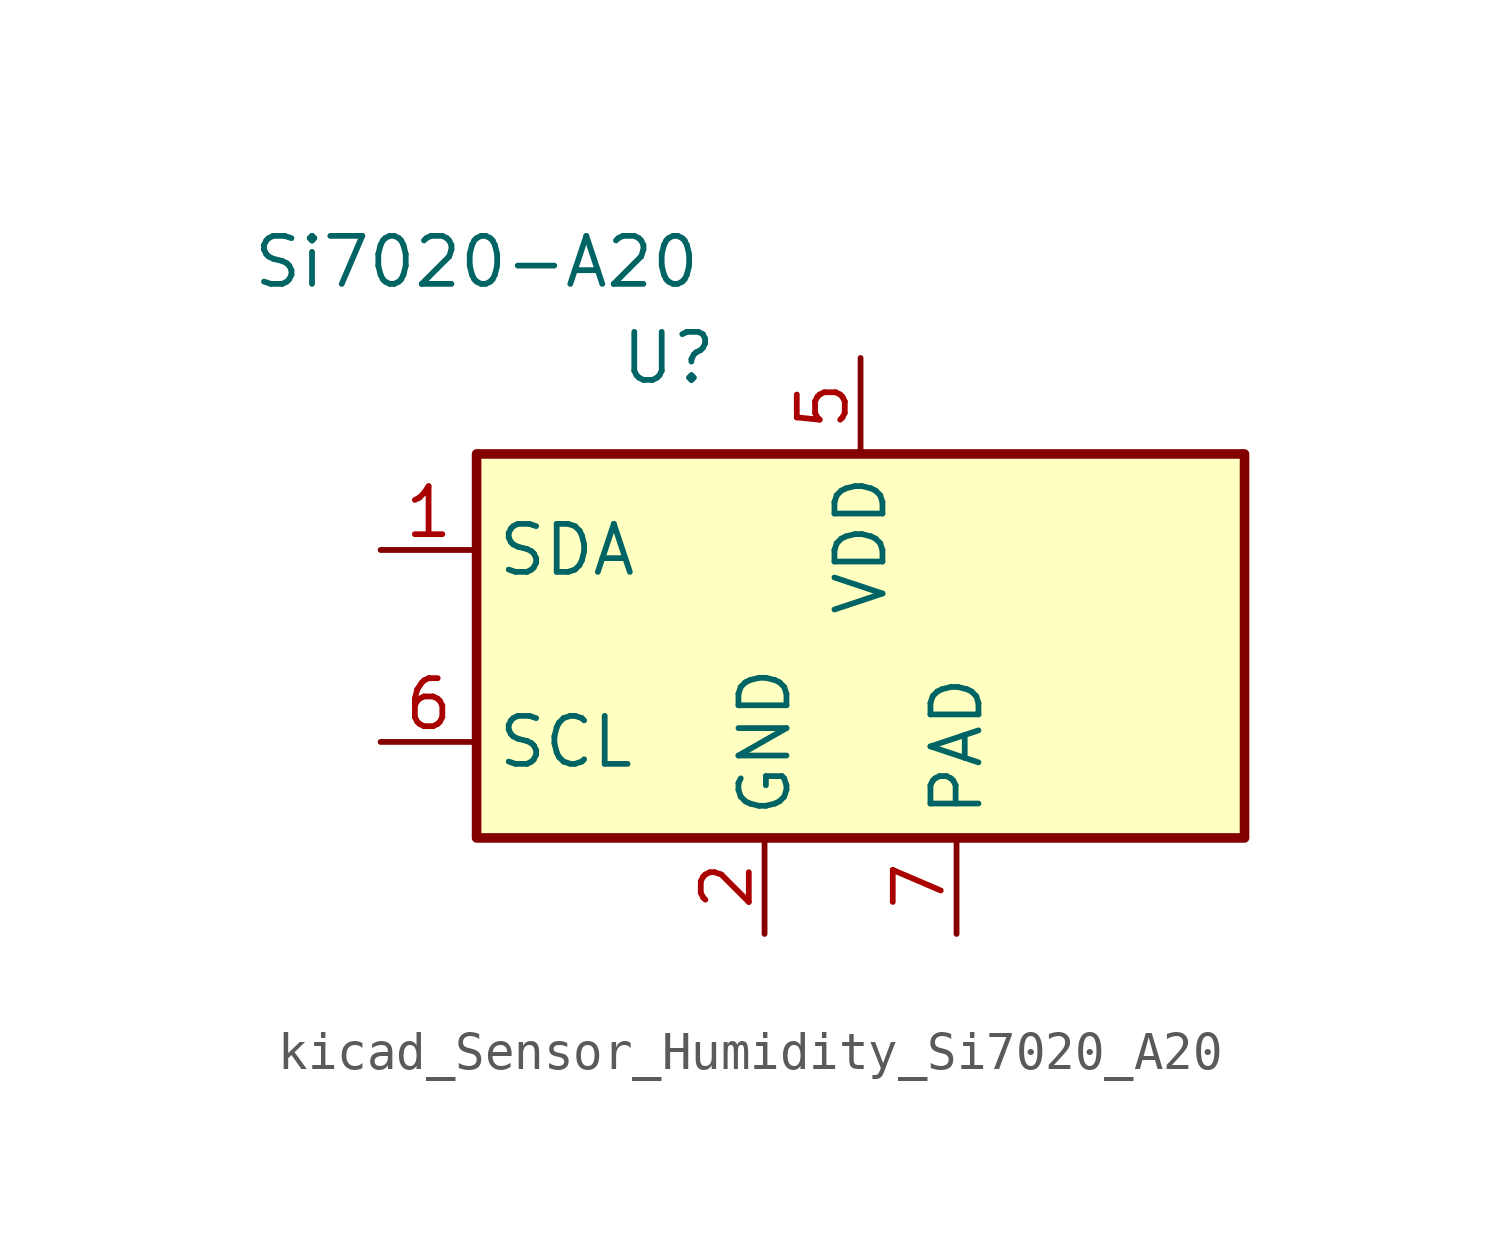
<source format=kicad_sym>
(kicad_symbol_lib
  (version 20220914)
  (generator kicad_symbol_editor)
  (symbol "kicad_Sensor_Humidity_Si7020_A20"
    (property "Reference" "U"
      (at -5.08 7.62 0)
      (effects (font (size 1.27 1.27))))
    (property "Value" "Si7020-A20"
      (at -10.16 10.16 0)
      (effects (font (size 1.27 1.27))))
    (symbol "kicad_Sensor_Humidity_Si7020_A20_0_1"
      (rectangle (start -10.16 5.08) (end 10.16 -5.08) (stroke (width 0.254) (type default)) (fill (type background))))
    (symbol "kicad_Sensor_Humidity_Si7020_A20_1_1"
      (pin bidirectional line (at -12.7 2.54 0) (length 2.54) (name "SDA" (effects (font (size 1.27 1.27)))) (number "1" (effects (font (size 1.27 1.27)))))
      (pin power_in line (at -2.54 -7.62 90) (length 2.54) (name "GND" (effects (font (size 1.27 1.27)))) (number "2" (effects (font (size 1.27 1.27)))))
      (pin no_connect line (at 10.16 2.54 180) (length 2.54) hide (name "NC" (effects (font (size 1.27 1.27)))) (number "3" (effects (font (size 1.27 1.27)))))
      (pin no_connect line (at 10.16 -2.54 180) (length 2.54) hide (name "NC" (effects (font (size 1.27 1.27)))) (number "4" (effects (font (size 1.27 1.27)))))
      (pin power_in line (at 0 7.62 270) (length 2.54) (name "VDD" (effects (font (size 1.27 1.27)))) (number "5" (effects (font (size 1.27 1.27)))))
      (pin input line (at -12.7 -2.54 0) (length 2.54) (name "SCL" (effects (font (size 1.27 1.27)))) (number "6" (effects (font (size 1.27 1.27)))))
      (pin passive line (at 2.54 -7.62 90) (length 2.54) (name "PAD" (effects (font (size 1.27 1.27)))) (number "7" (effects (font (size 1.27 1.27))))))))
</source>
